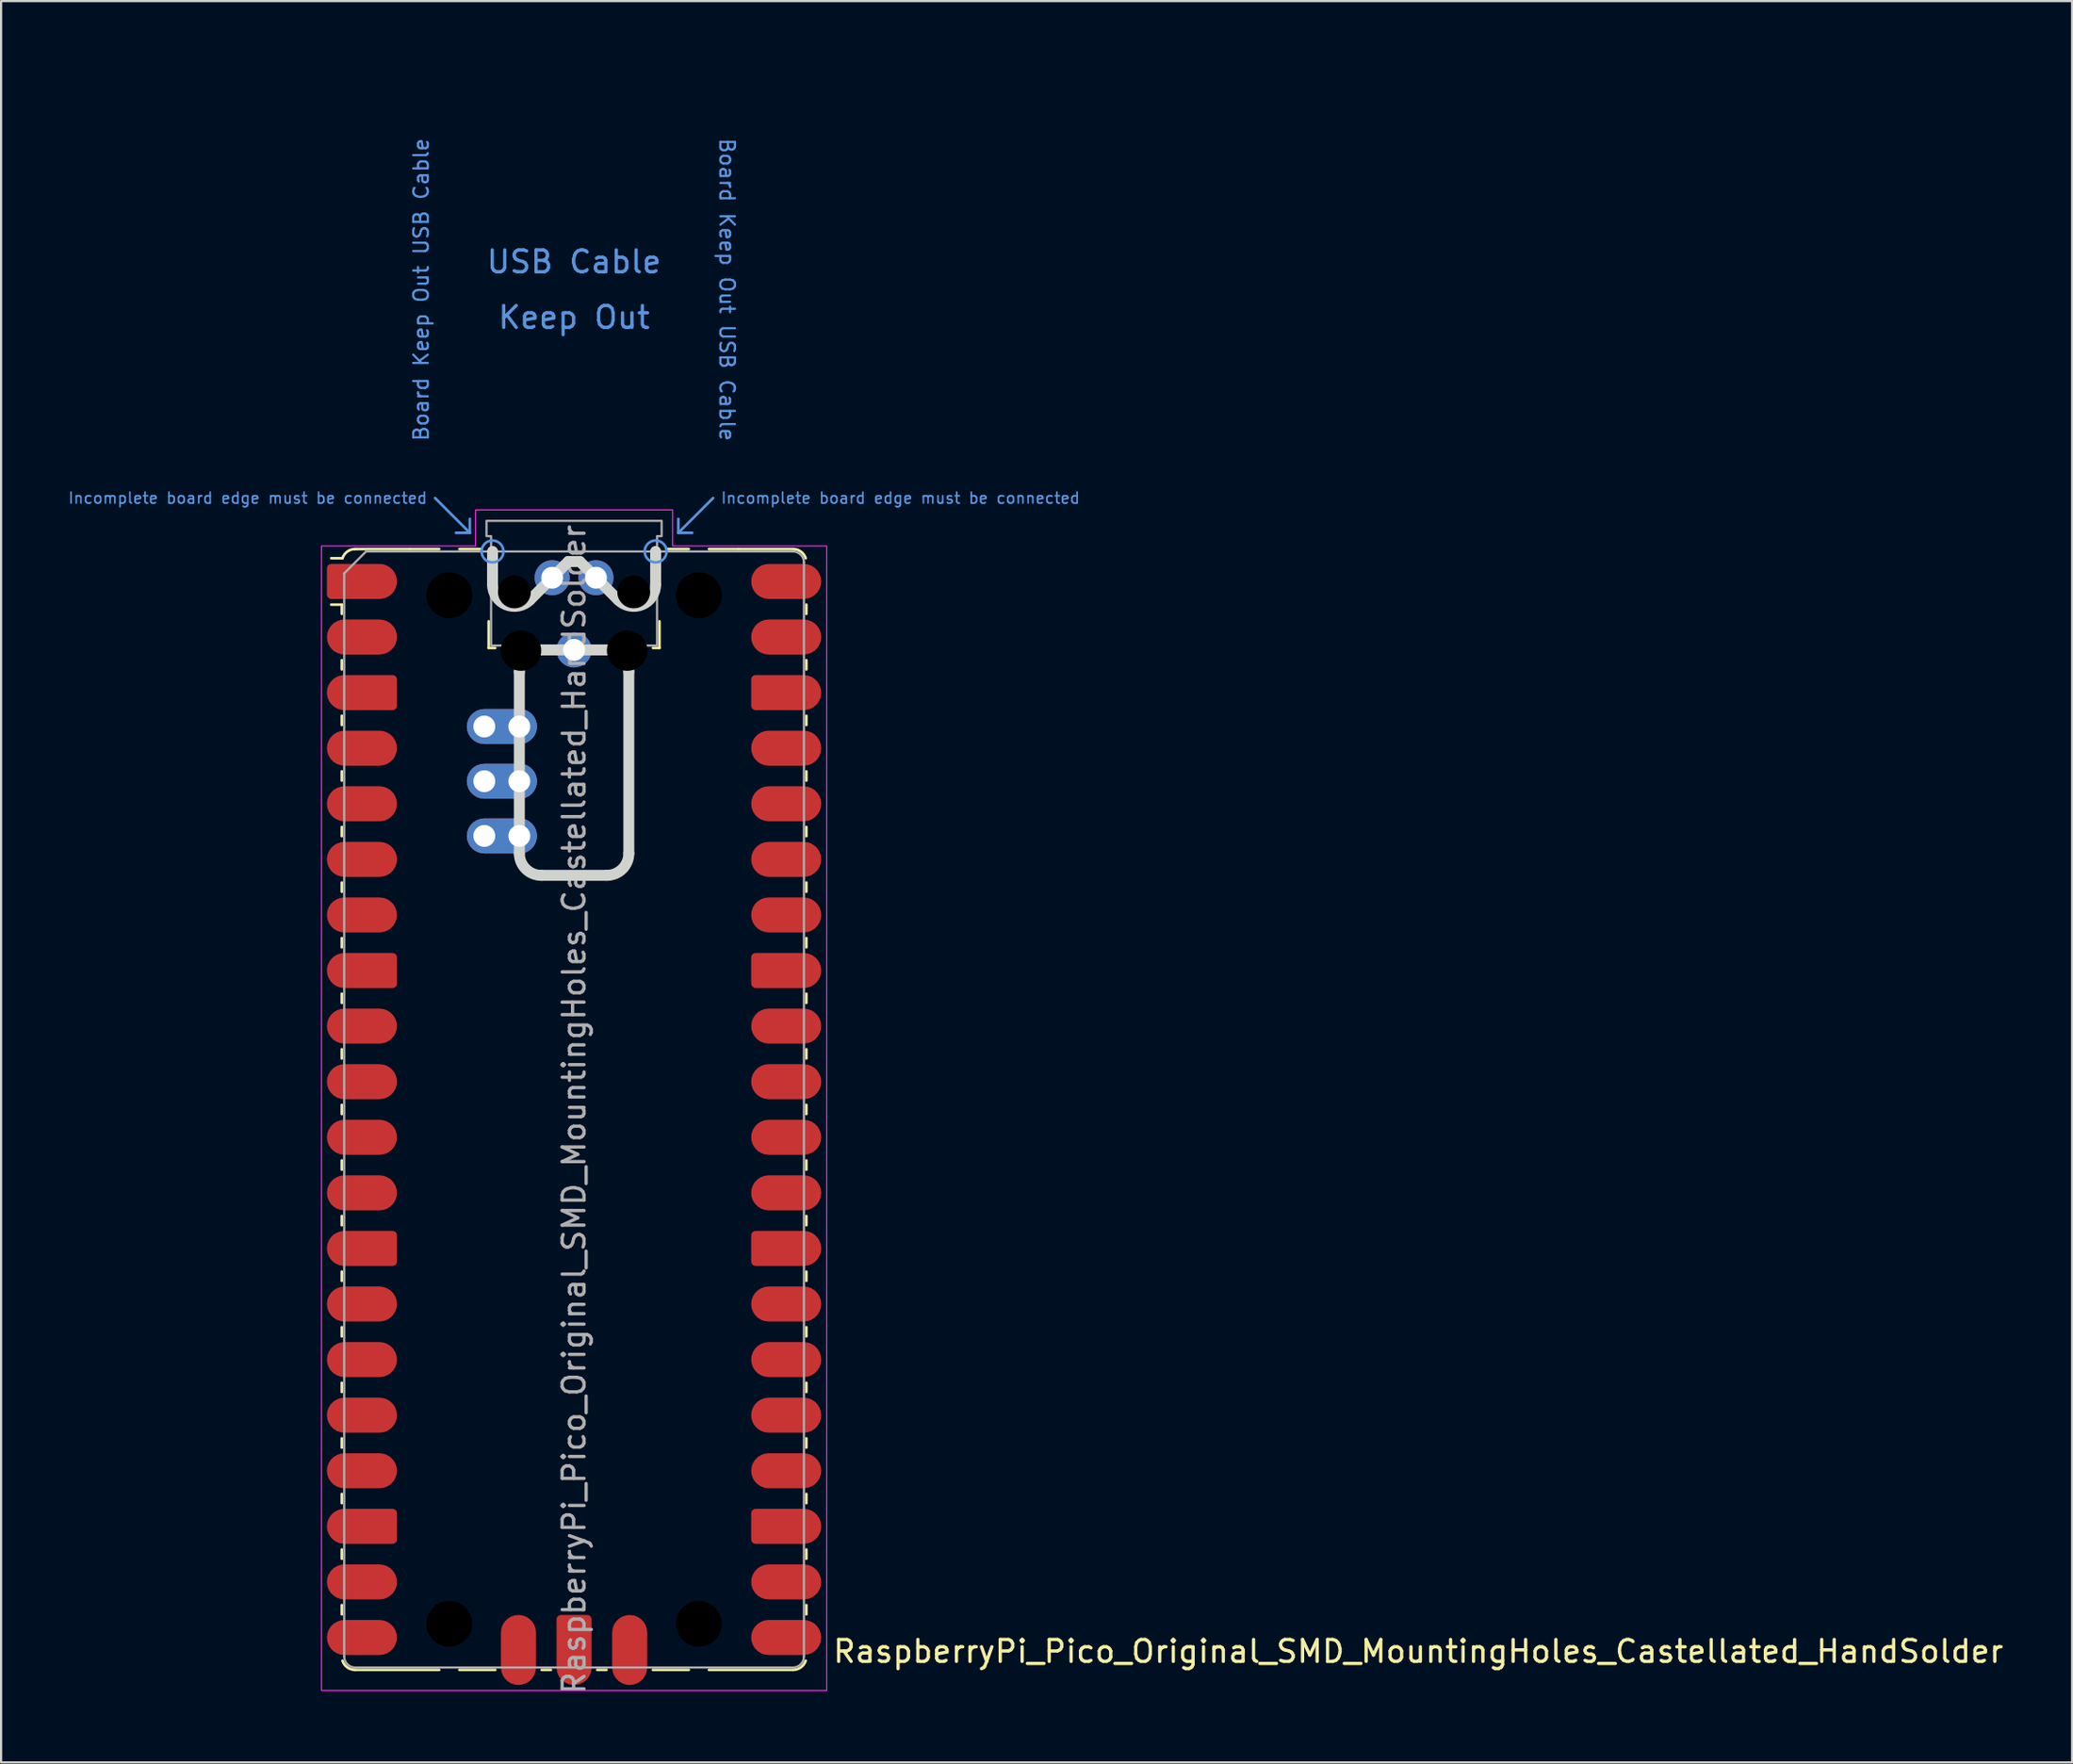
<source format=kicad_pcb>
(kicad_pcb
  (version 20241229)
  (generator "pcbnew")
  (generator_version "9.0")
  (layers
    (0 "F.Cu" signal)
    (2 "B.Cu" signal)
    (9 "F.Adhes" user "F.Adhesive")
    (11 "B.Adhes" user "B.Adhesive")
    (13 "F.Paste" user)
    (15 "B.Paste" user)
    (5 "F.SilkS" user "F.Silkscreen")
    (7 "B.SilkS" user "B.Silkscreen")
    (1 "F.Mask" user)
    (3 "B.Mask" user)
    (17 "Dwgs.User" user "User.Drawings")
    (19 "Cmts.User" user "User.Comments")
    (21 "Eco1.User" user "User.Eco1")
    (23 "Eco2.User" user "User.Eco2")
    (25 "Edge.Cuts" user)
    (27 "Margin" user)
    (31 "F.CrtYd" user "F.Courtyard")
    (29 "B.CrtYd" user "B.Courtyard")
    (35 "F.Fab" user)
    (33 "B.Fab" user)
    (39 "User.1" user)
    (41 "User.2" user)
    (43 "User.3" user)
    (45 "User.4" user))
  (footprint "RaspberryPi_Pico_Original_SMD_MountingHoles_Castellated_HandSolder"
    (layer "F.Cu")
    (at 23.173 47.65)
    (property "Reference" "RaspberryPi_Pico_Original_SMD_MountingHoles_Castellated_HandSolder" (at 11.748 24.765 0) (unlocked yes) (layer "F.SilkS") (effects (font (size 1 1) (thickness 0.15)) (justify left)))
    (attr smd)
    (fp_line (start -10.61 -23.07) (end -11.09 -23.07) (stroke (width 0.12) (type solid)) (layer "F.SilkS"))
    (fp_line (start -10.61 -23.07) (end -10.61 -22.65) (stroke (width 0.12) (type solid)) (layer "F.SilkS"))
    (fp_line (start -10.61 -20.53) (end -10.61 -20.11) (stroke (width 0.12) (type solid)) (layer "F.SilkS"))
    (fp_line (start -10.61 -17.99) (end -10.61 -17.57) (stroke (width 0.12) (type solid)) (layer "F.SilkS"))
    (fp_line (start -10.61 -15.45) (end -10.61 -15.03) (stroke (width 0.12) (type solid)) (layer "F.SilkS"))
    (fp_line (start -10.61 -12.91) (end -10.61 -12.49) (stroke (width 0.12) (type solid)) (layer "F.SilkS"))
    (fp_line (start -10.61 -10.37) (end -10.61 -9.95) (stroke (width 0.12) (type solid)) (layer "F.SilkS"))
    (fp_line (start -10.61 -7.83) (end -10.61 -7.41) (stroke (width 0.12) (type solid)) (layer "F.SilkS"))
    (fp_line (start -10.61 -5.29) (end -10.61 -4.87) (stroke (width 0.12) (type solid)) (layer "F.SilkS"))
    (fp_line (start -10.61 -2.75) (end -10.61 -2.33) (stroke (width 0.12) (type solid)) (layer "F.SilkS"))
    (fp_line (start -10.61 -0.21) (end -10.61 0.21) (stroke (width 0.12) (type solid)) (layer "F.SilkS"))
    (fp_line (start -10.61 2.33) (end -10.61 2.75) (stroke (width 0.12) (type solid)) (layer "F.SilkS"))
    (fp_line (start -10.61 4.87) (end -10.61 5.29) (stroke (width 0.12) (type solid)) (layer "F.SilkS"))
    (fp_line (start -10.61 7.41) (end -10.61 7.83) (stroke (width 0.12) (type solid)) (layer "F.SilkS"))
    (fp_line (start -10.61 9.95) (end -10.61 10.37) (stroke (width 0.12) (type solid)) (layer "F.SilkS"))
    (fp_line (start -10.61 12.49) (end -10.61 12.91) (stroke (width 0.12) (type solid)) (layer "F.SilkS"))
    (fp_line (start -10.61 15.03) (end -10.61 15.45) (stroke (width 0.12) (type solid)) (layer "F.SilkS"))
    (fp_line (start -10.61 17.57) (end -10.61 17.99) (stroke (width 0.12) (type solid)) (layer "F.SilkS"))
    (fp_line (start -10.61 20.11) (end -10.61 20.53) (stroke (width 0.12) (type solid)) (layer "F.SilkS"))
    (fp_line (start -10.61 22.65) (end -10.61 23.07) (stroke (width 0.12) (type solid)) (layer "F.SilkS"))
    (fp_line (start -10.58 -25.19) (end -11.09 -25.19) (stroke (width 0.12) (type solid)) (layer "F.SilkS"))
    (fp_line (start -10 -25.61) (end -7.51 -25.61) (stroke (width 0.12) (type solid)) (layer "F.SilkS"))
    (fp_line (start -10 25.61) (end -6.162 25.61) (stroke (width 0.12) (type solid)) (layer "F.SilkS"))
    (fp_line (start -7.51 -25.61) (end -6.162 -25.61) (stroke (width 0.12) (type solid)) (layer "F.SilkS"))
    (fp_line (start -5.238 -25.61) (end -4.235 -25.61) (stroke (width 0.12) (type solid)) (layer "F.SilkS"))
    (fp_line (start -3.9 -22.306) (end -3.9 -21.09) (stroke (width 0.12) (type solid)) (layer "F.SilkS"))
    (fp_line (start -3.9 -21.09) (end -3.604 -21.09) (stroke (width 0.12) (type solid)) (layer "F.SilkS"))
    (fp_line (start -3.6 25.61) (end -5.238 25.61) (stroke (width 0.12) (type solid)) (layer "F.SilkS"))
    (fp_line (start -1.48 25.61) (end -1.06 25.61) (stroke (width 0.12) (type solid)) (layer "F.SilkS"))
    (fp_line (start 1.06 25.61) (end 1.48 25.61) (stroke (width 0.12) (type solid)) (layer "F.SilkS"))
    (fp_line (start 3.604 -21.09) (end 3.9 -21.09) (stroke (width 0.12) (type solid)) (layer "F.SilkS"))
    (fp_line (start 3.9 -22.306) (end 3.9 -21.09) (stroke (width 0.12) (type solid)) (layer "F.SilkS"))
    (fp_line (start 4.235 -25.61) (end 5.238 -25.61) (stroke (width 0.12) (type solid)) (layer "F.SilkS"))
    (fp_line (start 5.238 25.61) (end 3.6 25.61) (stroke (width 0.12) (type solid)) (layer "F.SilkS"))
    (fp_line (start 6.162 -25.61) (end 7.51 -25.61) (stroke (width 0.12) (type solid)) (layer "F.SilkS"))
    (fp_line (start 6.162 25.61) (end 10 25.61) (stroke (width 0.12) (type solid)) (layer "F.SilkS"))
    (fp_line (start 10 -25.61) (end 7.51 -25.61) (stroke (width 0.12) (type solid)) (layer "F.SilkS"))
    (fp_line (start 10.61 -23.07) (end 10.61 -22.65) (stroke (width 0.12) (type solid)) (layer "F.SilkS"))
    (fp_line (start 10.61 -20.53) (end 10.61 -20.11) (stroke (width 0.12) (type solid)) (layer "F.SilkS"))
    (fp_line (start 10.61 -17.99) (end 10.61 -17.57) (stroke (width 0.12) (type solid)) (layer "F.SilkS"))
    (fp_line (start 10.61 -15.45) (end 10.61 -15.03) (stroke (width 0.12) (type solid)) (layer "F.SilkS"))
    (fp_line (start 10.61 -12.91) (end 10.61 -12.49) (stroke (width 0.12) (type solid)) (layer "F.SilkS"))
    (fp_line (start 10.61 -10.37) (end 10.61 -9.95) (stroke (width 0.12) (type solid)) (layer "F.SilkS"))
    (fp_line (start 10.61 -7.83) (end 10.61 -7.41) (stroke (width 0.12) (type solid)) (layer "F.SilkS"))
    (fp_line (start 10.61 -5.29) (end 10.61 -4.87) (stroke (width 0.12) (type solid)) (layer "F.SilkS"))
    (fp_line (start 10.61 -2.75) (end 10.61 -2.33) (stroke (width 0.12) (type solid)) (layer "F.SilkS"))
    (fp_line (start 10.61 -0.21) (end 10.61 0.21) (stroke (width 0.12) (type solid)) (layer "F.SilkS"))
    (fp_line (start 10.61 2.33) (end 10.61 2.75) (stroke (width 0.12) (type solid)) (layer "F.SilkS"))
    (fp_line (start 10.61 4.87) (end 10.61 5.29) (stroke (width 0.12) (type solid)) (layer "F.SilkS"))
    (fp_line (start 10.61 7.41) (end 10.61 7.83) (stroke (width 0.12) (type solid)) (layer "F.SilkS"))
    (fp_line (start 10.61 9.95) (end 10.61 10.37) (stroke (width 0.12) (type solid)) (layer "F.SilkS"))
    (fp_line (start 10.61 12.49) (end 10.61 12.91) (stroke (width 0.12) (type solid)) (layer "F.SilkS"))
    (fp_line (start 10.61 15.03) (end 10.61 15.45) (stroke (width 0.12) (type solid)) (layer "F.SilkS"))
    (fp_line (start 10.61 17.57) (end 10.61 17.99) (stroke (width 0.12) (type solid)) (layer "F.SilkS"))
    (fp_line (start 10.61 20.11) (end 10.61 20.53) (stroke (width 0.12) (type solid)) (layer "F.SilkS"))
    (fp_line (start 10.61 22.65) (end 10.61 23.07) (stroke (width 0.12) (type solid)) (layer "F.SilkS"))
    (fp_arc (start -10.579676 -25.189937) (mid -10.357938 -25.493944) (end -10 -25.61) (stroke (width 0.12) (type solid)) (layer "F.SilkS"))
    (fp_arc (start -10 25.61) (mid -10.357937 25.493944) (end -10.579676 25.189937) (stroke (width 0.12) (type solid)) (layer "F.SilkS"))
    (fp_arc (start 10 -25.61) (mid 10.357937 -25.493944) (end 10.579676 -25.189937) (stroke (width 0.12) (type solid)) (layer "F.SilkS"))
    (fp_arc (start 10.579676 25.189937) (mid 10.357958 25.493991) (end 10 25.61) (stroke (width 0.12) (type solid)) (layer "F.SilkS"))
    (fp_line (start -6.35 -27.94) (end -4.763 -26.352) (stroke (width 0.12) (type solid)) (layer "Cmts.User"))
    (fp_line (start -4.763 -26.352) (end -5.397 -26.352) (stroke (width 0.12) (type solid)) (layer "Cmts.User"))
    (fp_line (start -4.763 -26.352) (end -4.763 -26.988) (stroke (width 0.12) (type solid)) (layer "Cmts.User"))
    (fp_line (start 4.763 -26.352) (end 4.763 -26.988) (stroke (width 0.12) (type solid)) (layer "Cmts.User"))
    (fp_line (start 4.763 -26.352) (end 5.397 -26.352) (stroke (width 0.12) (type solid)) (layer "Cmts.User"))
    (fp_line (start 6.35 -27.94) (end 4.763 -26.352) (stroke (width 0.12) (type solid)) (layer "Cmts.User"))
    (fp_circle (center -3.725 -25.5) (end -3.225 -25.5) (stroke (width 0.12) (type solid)) (fill no) (layer "Cmts.User"))
    (fp_circle (center 3.725 -25.5) (end 3.225 -25.5) (stroke (width 0.12) (type solid)) (fill no) (layer "Cmts.User"))
    (fp_line (start -3.725 -23.989) (end -3.725 -25.5) (stroke (width 0.5) (type solid)) (layer "Edge.Cuts"))
    (fp_line (start -2.5 -20) (end -2.5 -11.7) (stroke (width 0.5) (type solid)) (layer "Edge.Cuts"))
    (fp_line (start -2.018 -23.282) (end -0.258 -25.042) (stroke (width 0.5) (type solid)) (layer "Edge.Cuts"))
    (fp_line (start 0.258 -25.042) (end -0.258 -25.042) (stroke (width 0.5) (type solid)) (layer "Edge.Cuts"))
    (fp_line (start 1.5 -21) (end -1.5 -21) (stroke (width 0.5) (type solid)) (layer "Edge.Cuts"))
    (fp_line (start 1.5 -10.7) (end -1.5 -10.7) (stroke (width 0.5) (type solid)) (layer "Edge.Cuts"))
    (fp_line (start 2.018 -23.282) (end 0.258 -25.042) (stroke (width 0.5) (type solid)) (layer "Edge.Cuts"))
    (fp_line (start 2.5 -11.7) (end 2.5 -20) (stroke (width 0.5) (type solid)) (layer "Edge.Cuts"))
    (fp_line (start 3.725 -23.989) (end 3.725 -25.5) (stroke (width 0.5) (type solid)) (layer "Edge.Cuts"))
    (fp_arc (start -2.5 -20) (mid -2.207118 -20.707118) (end -1.5 -21) (stroke (width 0.5) (type solid)) (layer "Edge.Cuts"))
    (fp_arc (start -2.017893 -23.282106) (mid -3.107711 -23.065266) (end -3.725 -23.989213) (stroke (width 0.5) (type solid)) (layer "Edge.Cuts"))
    (fp_arc (start -1.5 -10.7) (mid -2.20711 -10.99289) (end -2.5 -11.7) (stroke (width 0.5) (type solid)) (layer "Edge.Cuts"))
    (fp_arc (start 1.5 -21) (mid 2.207107 -20.707107) (end 2.5 -20) (stroke (width 0.5) (type solid)) (layer "Edge.Cuts"))
    (fp_arc (start 2.5 -11.7) (mid 2.207095 -10.992905) (end 1.5 -10.7) (stroke (width 0.5) (type solid)) (layer "Edge.Cuts"))
    (fp_arc (start 3.725 -23.989213) (mid 3.107698 -23.06529) (end 2.017893 -23.282106) (stroke (width 0.5) (type solid)) (layer "Edge.Cuts"))
    (fp_poly (pts (xy -4.5 -27.4) (xy 4.5 -27.4) (xy 4.5 -25.75) (xy 11.54 -25.75) (xy 11.54 26.55) (xy -11.54 26.55) (xy -11.54 -25.75) (xy -4.5 -25.75)) (stroke (width 0.05) (type solid)) (fill no) (layer "F.CrtYd"))
    (fp_line (start -10.5 -24.5) (end -9.5 -25.5) (stroke (width 0.1) (type solid)) (layer "F.Fab"))
    (fp_line (start -10.5 25) (end -10.5 -24.5) (stroke (width 0.1) (type solid)) (layer "F.Fab"))
    (fp_line (start -9.5 -25.5) (end 10 -25.5) (stroke (width 0.1) (type solid)) (layer "F.Fab"))
    (fp_line (start 10 25.5) (end -10 25.5) (stroke (width 0.1) (type solid)) (layer "F.Fab"))
    (fp_line (start 10.5 -25) (end 10.5 25) (stroke (width 0.1) (type solid)) (layer "F.Fab"))
    (fp_arc (start -10 25.5) (mid -10.353553 25.353553) (end -10.5 25) (stroke (width 0.1) (type solid)) (layer "F.Fab"))
    (fp_arc (start 10 -25.5) (mid 10.353553 -25.353553) (end 10.5 -25) (stroke (width 0.1) (type solid)) (layer "F.Fab"))
    (fp_arc (start 10.5 25) (mid 10.353553 25.353553) (end 10 25.5) (stroke (width 0.1) (type solid)) (layer "F.Fab"))
    (fp_poly (pts (xy 3.79 -21.2) (xy 3.79 -26.2) (xy 4 -26.2) (xy 4 -26.9) (xy -4 -26.9) (xy -4 -26.2) (xy -3.79 -26.2) (xy -3.79 -21.2)) (stroke (width 0.1) (type solid)) (fill no) (layer "F.Fab"))
    (fp_text user "Board Keep Out USB Cable" (at 6.985 -37.465 270) (unlocked yes) (layer "Cmts.User") (effects (font (size 0.667 0.667) (thickness 0.1))))
    (fp_text user "Incomplete board edge must be connected" (at -6.668 -27.94 0) (unlocked yes) (layer "Cmts.User") (effects (font (size 0.5 0.5) (thickness 0.075)) (justify right)))
    (fp_text user "Keep Out" (at 0 -36.195 0) (unlocked yes) (layer "Cmts.User") (effects (font (size 1 1) (thickness 0.15))))
    (fp_text user "USB Cable" (at 0 -38.735 0) (unlocked yes) (layer "Cmts.User") (effects (font (size 1 1) (thickness 0.15))))
    (fp_text user "Incomplete board edge must be connected" (at 6.668 -27.94 0) (unlocked yes) (layer "Cmts.User") (effects (font (size 0.5 0.5) (thickness 0.075)) (justify left)))
    (fp_text user "Board Keep Out USB Cable" (at -6.985 -37.465 90) (unlocked yes) (layer "Cmts.User") (effects (font (size 0.667 0.667) (thickness 0.1))))
    (fp_text user "${REFERENCE}" (at 0 0 90) (layer "F.Fab") (effects (font (size 1 1) (thickness 0.15))))
    (pad "" np_thru_hole circle (at -5.7 -23.5) (size 3.8 3.8) (drill 2.1) (layers "*.Mask"))
    (pad "" np_thru_hole circle (at -5.7 23.5) (size 3.8 3.8) (drill 2.1) (layers "*.Mask"))
    (pad "" np_thru_hole circle (at -2.725 -23.65) (size 1.5 1.5) (drill 1.5) (layers "*.Mask"))
    (pad "" np_thru_hole circle (at -2.425 -20.97) (size 1.85 1.85) (drill 1.85) (layers "*.Mask"))
    (pad "" np_thru_hole circle (at 2.425 -20.97) (size 1.85 1.85) (drill 1.85) (layers "*.Mask"))
    (pad "" np_thru_hole circle (at 2.725 -23.65) (size 1.5 1.5) (drill 1.5) (layers "*.Mask"))
    (pad "" np_thru_hole circle (at 5.7 -23.5) (size 3.8 3.8) (drill 2.1) (layers "*.Mask"))
    (pad "" np_thru_hole circle (at 5.7 23.5) (size 3.8 3.8) (drill 2.1) (layers "*.Mask"))
    (pad "1" smd custom (at -8.89 -24.13) (size 1.6 1.6) (layers "F.Cu" "F.Mask" "F.Paste") (options (anchor circle)) (primitives (gr_poly (pts (xy -2.4 0.6) (xy -2.4 -0.6) (xy -2.2 -0.8) (xy 0 -0.8) (xy 0 0.8) (xy -2.2 0.8)) (width 0) (fill yes)) (gr_circle (center -2.2 0.6) (end -2 0.6) (width 0) (fill yes)) (gr_circle (center -2.2 -0.6) (end -2 -0.6) (width 0) (fill yes))))
    (pad "2" smd roundrect (at -8.89 -21.59) (size 3.2 1.6) (drill (offset -0.8 0)) (layers "F.Cu" "F.Mask" "F.Paste") (roundrect_rratio 0.5))
    (pad "3" smd custom (at -8.89 -19.05) (size 1.6 1.6) (layers "F.Cu" "F.Mask" "F.Paste") (options (anchor circle)) (primitives (gr_poly (pts (xy 0.8 -0.6) (xy 0.8 0.6) (xy 0.6 0.8) (xy -1.6 0.8) (xy -1.6 -0.8) (xy 0.6 -0.8)) (width 0) (fill yes)) (gr_circle (center 0.6 0.6) (end 0.8 0.6) (width 0) (fill yes)) (gr_circle (center 0.6 -0.6) (end 0.8 -0.6) (width 0) (fill yes)) (gr_circle (center -1.6 0) (end -0.8 0) (width 0) (fill yes))))
    (pad "4" smd roundrect (at -8.89 -16.51) (size 3.2 1.6) (drill (offset -0.8 0)) (layers "F.Cu" "F.Mask" "F.Paste") (roundrect_rratio 0.5))
    (pad "5" smd roundrect (at -8.89 -13.97) (size 3.2 1.6) (drill (offset -0.8 0)) (layers "F.Cu" "F.Mask" "F.Paste") (roundrect_rratio 0.5))
    (pad "6" smd roundrect (at -8.89 -11.43) (size 3.2 1.6) (drill (offset -0.8 0)) (layers "F.Cu" "F.Mask" "F.Paste") (roundrect_rratio 0.5))
    (pad "7" smd roundrect (at -8.89 -8.89) (size 3.2 1.6) (drill (offset -0.8 0)) (layers "F.Cu" "F.Mask" "F.Paste") (roundrect_rratio 0.5))
    (pad "8" smd custom (at -8.89 -6.35) (size 1.6 1.6) (layers "F.Cu" "F.Mask" "F.Paste") (options (anchor circle)) (primitives (gr_poly (pts (xy 0.8 -0.6) (xy 0.8 0.6) (xy 0.6 0.8) (xy -1.6 0.8) (xy -1.6 -0.8) (xy 0.6 -0.8)) (width 0) (fill yes)) (gr_circle (center 0.6 0.6) (end 0.8 0.6) (width 0) (fill yes)) (gr_circle (center 0.6 -0.6) (end 0.8 -0.6) (width 0) (fill yes)) (gr_circle (center -1.6 0) (end -0.8 0) (width 0) (fill yes))))
    (pad "9" smd roundrect (at -8.89 -3.81) (size 3.2 1.6) (drill (offset -0.8 0)) (layers "F.Cu" "F.Mask" "F.Paste") (roundrect_rratio 0.5))
    (pad "10" smd roundrect (at -8.89 -1.27) (size 3.2 1.6) (drill (offset -0.8 0)) (layers "F.Cu" "F.Mask" "F.Paste") (roundrect_rratio 0.5))
    (pad "11" smd roundrect (at -8.89 1.27) (size 3.2 1.6) (drill (offset -0.8 0)) (layers "F.Cu" "F.Mask" "F.Paste") (roundrect_rratio 0.5))
    (pad "12" smd roundrect (at -8.89 3.81) (size 3.2 1.6) (drill (offset -0.8 0)) (layers "F.Cu" "F.Mask" "F.Paste") (roundrect_rratio 0.5))
    (pad "13" smd custom (at -8.89 6.35) (size 1.6 1.6) (layers "F.Cu" "F.Mask" "F.Paste") (options (anchor circle)) (primitives (gr_poly (pts (xy 0.8 -0.6) (xy 0.8 0.6) (xy 0.6 0.8) (xy -1.6 0.8) (xy -1.6 -0.8) (xy 0.6 -0.8)) (width 0) (fill yes)) (gr_circle (center 0.6 0.6) (end 0.8 0.6) (width 0) (fill yes)) (gr_circle (center 0.6 -0.6) (end 0.8 -0.6) (width 0) (fill yes)) (gr_circle (center -1.6 0) (end -0.8 0) (width 0) (fill yes))))
    (pad "14" smd roundrect (at -8.89 8.89) (size 3.2 1.6) (drill (offset -0.8 0)) (layers "F.Cu" "F.Mask" "F.Paste") (roundrect_rratio 0.5))
    (pad "15" smd roundrect (at -8.89 11.43) (size 3.2 1.6) (drill (offset -0.8 0)) (layers "F.Cu" "F.Mask" "F.Paste") (roundrect_rratio 0.5))
    (pad "16" smd roundrect (at -8.89 13.97) (size 3.2 1.6) (drill (offset -0.8 0)) (layers "F.Cu" "F.Mask" "F.Paste") (roundrect_rratio 0.5))
    (pad "17" smd roundrect (at -8.89 16.51) (size 3.2 1.6) (drill (offset -0.8 0)) (layers "F.Cu" "F.Mask" "F.Paste") (roundrect_rratio 0.5))
    (pad "18" smd custom (at -8.89 19.05) (size 1.6 1.6) (layers "F.Cu" "F.Mask" "F.Paste") (options (anchor circle)) (primitives (gr_poly (pts (xy 0.8 -0.6) (xy 0.8 0.6) (xy 0.6 0.8) (xy -1.6 0.8) (xy -1.6 -0.8) (xy 0.6 -0.8)) (width 0) (fill yes)) (gr_circle (center 0.6 0.6) (end 0.8 0.6) (width 0) (fill yes)) (gr_circle (center 0.6 -0.6) (end 0.8 -0.6) (width 0) (fill yes)) (gr_circle (center -1.6 0) (end -0.8 0) (width 0) (fill yes))))
    (pad "19" smd roundrect (at -8.89 21.59) (size 3.2 1.6) (drill (offset -0.8 0)) (layers "F.Cu" "F.Mask" "F.Paste") (roundrect_rratio 0.5))
    (pad "20" smd roundrect (at -8.89 24.13) (size 3.2 1.6) (drill (offset -0.8 0)) (layers "F.Cu" "F.Mask" "F.Paste") (roundrect_rratio 0.5))
    (pad "21" smd roundrect (at 8.89 24.13) (size 3.2 1.6) (drill (offset 0.8 0)) (layers "F.Cu" "F.Mask" "F.Paste") (roundrect_rratio 0.5))
    (pad "22" smd roundrect (at 8.89 21.59) (size 3.2 1.6) (drill (offset 0.8 0)) (layers "F.Cu" "F.Mask" "F.Paste") (roundrect_rratio 0.5))
    (pad "23" smd custom (at 8.89 19.05) (size 1.6 1.6) (layers "F.Cu" "F.Mask" "F.Paste") (options (anchor circle)) (primitives (gr_poly (pts (xy -0.8 -0.6) (xy -0.8 0.6) (xy -0.6 0.8) (xy 1.6 0.8) (xy 1.6 -0.8) (xy -0.6 -0.8)) (width 0) (fill yes)) (gr_circle (center -0.6 0.6) (end -0.4 0.6) (width 0) (fill yes)) (gr_circle (center -0.6 -0.6) (end -0.4 -0.6) (width 0) (fill yes)) (gr_circle (center 1.6 0) (end 2.4 0) (width 0) (fill yes))))
    (pad "24" smd roundrect (at 8.89 16.51) (size 3.2 1.6) (drill (offset 0.8 0)) (layers "F.Cu" "F.Mask" "F.Paste") (roundrect_rratio 0.5))
    (pad "25" smd roundrect (at 8.89 13.97) (size 3.2 1.6) (drill (offset 0.8 0)) (layers "F.Cu" "F.Mask" "F.Paste") (roundrect_rratio 0.5))
    (pad "26" smd roundrect (at 8.89 11.43) (size 3.2 1.6) (drill (offset 0.8 0)) (layers "F.Cu" "F.Mask" "F.Paste") (roundrect_rratio 0.5))
    (pad "27" smd roundrect (at 8.89 8.89) (size 3.2 1.6) (drill (offset 0.8 0)) (layers "F.Cu" "F.Mask" "F.Paste") (roundrect_rratio 0.5))
    (pad "28" smd custom (at 8.89 6.35) (size 1.6 1.6) (layers "F.Cu" "F.Mask" "F.Paste") (options (anchor circle)) (primitives (gr_poly (pts (xy -0.8 -0.6) (xy -0.8 0.6) (xy -0.6 0.8) (xy 1.6 0.8) (xy 1.6 -0.8) (xy -0.6 -0.8)) (width 0) (fill yes)) (gr_circle (center -0.6 0.6) (end -0.4 0.6) (width 0) (fill yes)) (gr_circle (center -0.6 -0.6) (end -0.4 -0.6) (width 0) (fill yes)) (gr_circle (center 1.6 0) (end 2.4 0) (width 0) (fill yes))))
    (pad "29" smd roundrect (at 8.89 3.81) (size 3.2 1.6) (drill (offset 0.8 0)) (layers "F.Cu" "F.Mask" "F.Paste") (roundrect_rratio 0.5))
    (pad "30" smd roundrect (at 8.89 1.27) (size 3.2 1.6) (drill (offset 0.8 0)) (layers "F.Cu" "F.Mask" "F.Paste") (roundrect_rratio 0.5))
    (pad "31" smd roundrect (at 8.89 -1.27) (size 3.2 1.6) (drill (offset 0.8 0)) (layers "F.Cu" "F.Mask" "F.Paste") (roundrect_rratio 0.5))
    (pad "32" smd roundrect (at 8.89 -3.81) (size 3.2 1.6) (drill (offset 0.8 0)) (layers "F.Cu" "F.Mask" "F.Paste") (roundrect_rratio 0.5))
    (pad "33" smd custom (at 8.89 -6.35) (size 1.6 1.6) (layers "F.Cu" "F.Mask" "F.Paste") (options (anchor circle)) (primitives (gr_poly (pts (xy -0.8 -0.6) (xy -0.8 0.6) (xy -0.6 0.8) (xy 1.6 0.8) (xy 1.6 -0.8) (xy -0.6 -0.8)) (width 0) (fill yes)) (gr_circle (center -0.6 0.6) (end -0.4 0.6) (width 0) (fill yes)) (gr_circle (center -0.6 -0.6) (end -0.4 -0.6) (width 0) (fill yes)) (gr_circle (center 1.6 0) (end 2.4 0) (width 0) (fill yes))))
    (pad "34" smd roundrect (at 8.89 -8.89) (size 3.2 1.6) (drill (offset 0.8 0)) (layers "F.Cu" "F.Mask" "F.Paste") (roundrect_rratio 0.5))
    (pad "35" smd roundrect (at 8.89 -11.43) (size 3.2 1.6) (drill (offset 0.8 0)) (layers "F.Cu" "F.Mask" "F.Paste") (roundrect_rratio 0.5))
    (pad "36" smd roundrect (at 8.89 -13.97) (size 3.2 1.6) (drill (offset 0.8 0)) (layers "F.Cu" "F.Mask" "F.Paste") (roundrect_rratio 0.5))
    (pad "37" smd roundrect (at 8.89 -16.51) (size 3.2 1.6) (drill (offset 0.8 0)) (layers "F.Cu" "F.Mask" "F.Paste") (roundrect_rratio 0.5))
    (pad "38" smd custom (at 8.89 -19.05) (size 1.6 1.6) (layers "F.Cu" "F.Mask" "F.Paste") (options (anchor circle)) (primitives (gr_poly (pts (xy -0.8 -0.6) (xy -0.8 0.6) (xy -0.6 0.8) (xy 1.6 0.8) (xy 1.6 -0.8) (xy -0.6 -0.8)) (width 0) (fill yes)) (gr_circle (center -0.6 0.6) (end -0.4 0.6) (width 0) (fill yes)) (gr_circle (center -0.6 -0.6) (end -0.4 -0.6) (width 0) (fill yes)) (gr_circle (center 1.6 0) (end 2.4 0) (width 0) (fill yes))))
    (pad "39" smd roundrect (at 8.89 -21.59) (size 3.2 1.6) (drill (offset 0.8 0)) (layers "F.Cu" "F.Mask" "F.Paste") (roundrect_rratio 0.5))
    (pad "40" smd roundrect (at 8.89 -24.13) (size 3.2 1.6) (drill (offset 0.8 0)) (layers "F.Cu" "F.Mask" "F.Paste") (roundrect_rratio 0.5))
    (pad "D1" smd roundrect (at -2.54 23.9 90) (size 3.2 1.6) (drill (offset -0.8 0)) (layers "F.Cu" "F.Mask" "F.Paste") (roundrect_rratio 0.5))
    (pad "D2" smd custom (at 0 23.9 270) (size 1.6 1.6) (layers "F.Cu" "F.Mask" "F.Paste") (options (anchor circle)) (primitives (gr_poly (pts (xy -0.8 -0.6) (xy -0.8 0.6) (xy -0.6 0.8) (xy 1.6 0.8) (xy 1.6 -0.8) (xy -0.6 -0.8)) (width 0) (fill yes)) (gr_circle (center -0.6 0.6) (end -0.4 0.6) (width 0) (fill yes)) (gr_circle (center -0.6 -0.6) (end -0.4 -0.6) (width 0) (fill yes)) (gr_circle (center 1.6 0) (end 2.4 0) (width 0) (fill yes))))
    (pad "D3" smd roundrect (at 2.54 23.9 90) (size 3.2 1.6) (drill (offset -0.8 0)) (layers "F.Cu" "F.Mask" "F.Paste") (roundrect_rratio 0.5))
    (pad "TP1" thru_hole circle (at 0 -21) (size 1.6 1.6) (drill 1) (property pad_prop_castellated) (layers "*.Cu" "*.Mask"))
    (pad "TP2" thru_hole circle (at 1 -24.3) (size 1.6 1.6) (drill 1) (property pad_prop_castellated) (layers "*.Cu" "*.Mask"))
    (pad "TP3" thru_hole circle (at -1 -24.3) (size 1.6 1.6) (drill 1) (property pad_prop_castellated) (layers "*.Cu" "*.Mask"))
    (pad "TP4" thru_hole roundrect (at -4.1 -17.5) (size 3.2 1.6) (drill 1 (offset 0.8 0)) (property pad_prop_castellated) (layers "*.Cu" "*.Mask") (roundrect_rratio 0.5))
    (pad "TP4" thru_hole circle (at -2.5 -17.5) (size 1.6 1.6) (drill 1) (property pad_prop_castellated) (layers "*.Cu" "*.Mask"))
    (pad "TP5" thru_hole roundrect (at -4.1 -15) (size 3.2 1.6) (drill 1 (offset 0.8 0)) (property pad_prop_castellated) (layers "*.Cu" "*.Mask") (roundrect_rratio 0.5))
    (pad "TP5" thru_hole circle (at -2.5 -15) (size 1.6 1.6) (drill 1) (property pad_prop_castellated) (layers "*.Cu" "*.Mask"))
    (pad "TP6" thru_hole roundrect (at -4.1 -12.5) (size 3.2 1.6) (drill 1 (offset 0.8 0)) (property pad_prop_castellated) (layers "*.Cu" "*.Mask") (roundrect_rratio 0.5))
    (pad "TP6" thru_hole circle (at -2.5 -12.5) (size 1.6 1.6) (drill 1) (property pad_prop_castellated) (layers "*.Cu" "*.Mask"))
    (zone (net_name "") (layer "Edge.Cuts") (name "Board Keep Out USB Cable") (hatch edge 0.5) (connect_pads) (min_thickness 0.254) (filled_areas_thickness no) (keepout (tracks allowed) (vias allowed) (pads allowed) (copperpour allowed) (footprints allowed)) (placement (enabled no)) (fill) (polygon (pts (xy 16.973 0) (xy 29.373 0) (xy 29.373 20.4) (xy 16.973 20.4))))
    (zone (net_name "") (layer "Edge.Cuts") (name "Board Keep Out Castellated TP") (hatch edge 0.5) (connect_pads) (min_thickness 0.254) (filled_areas_thickness no) (keepout (tracks allowed) (vias allowed) (pads allowed) (copperpour allowed) (footprints allowed)) (placement (enabled no)) (fill) (polygon (pts (arc (start 24.673447 36.95) (mid 25.380554 36.657107) (end 25.673447 35.95)) (arc (start 25.673447 27.65) (mid 25.380554 26.942893) (end 24.673447 26.65)) (arc (start 21.673447 26.65) (mid 20.96634 26.942893) (end 20.673447 27.65)) (arc (start 20.673447 35.95) (mid 20.966343 36.657104) (end 21.673447 36.95)))))
    (zone (net_name "") (layer "Edge.Cuts") (name "Board Keep Out Castellated USB") (hatch edge 0.5) (connect_pads) (min_thickness 0.25) (filled_areas_thickness no) (keepout (tracks allowed) (vias allowed) (pads allowed) (copperpour allowed) (footprints allowed)) (placement (enabled no)) (fill) (polygon (pts (arc (start 20.448447 20.607538) (mid 19.74134 20.900431) (end 19.448447 21.607538)) (arc (start 19.448447 23.660787) (mid 20.065759 24.584679) (end 21.155554 24.367894)) (xy 22.916 22.608) (xy 23.431 22.608) (arc (start 25.19134 24.367894) (mid 26.281135 24.584679) (end 26.898447 23.660787)) (arc (start 26.898447 21.607538) (mid 26.605554 20.900431) (end 25.898447 20.607538)))))
    (zone (net_name "") (layer "F.CrtYd") (name "USB Cable Keep Out") (hatch full 0.5) (connect_pads) (min_thickness 0.254) (filled_areas_thickness no) (keepout (tracks allowed) (vias allowed) (pads allowed) (copperpour allowed) (footprints not_allowed)) (placement (enabled no)) (fill) (polygon (pts (xy 17.423 19.95) (xy 19.233 19.95) (xy 19.233 20.25) (xy 27.113 20.25) (xy 27.113 19.95) (xy 28.923 19.95) (xy 28.923 0.45) (xy 17.423 0.45)))))
  (gr_rect
    (start -3 -3)
    (end 91.6 77.489)
    (stroke (width 0.1) (type default))
    (fill no)
    (layer "Edge.Cuts")))
</source>
